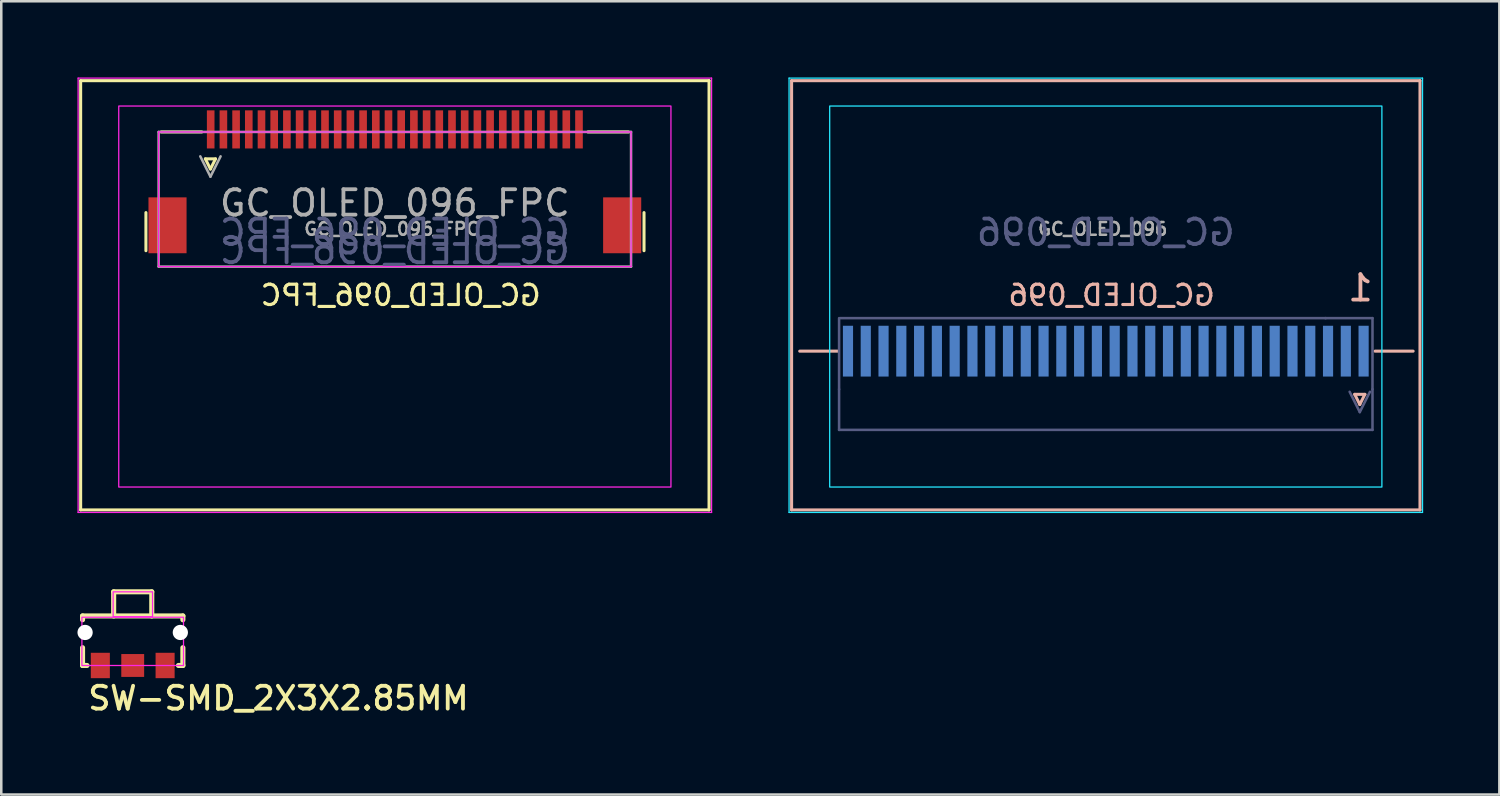
<source format=kicad_pcb>
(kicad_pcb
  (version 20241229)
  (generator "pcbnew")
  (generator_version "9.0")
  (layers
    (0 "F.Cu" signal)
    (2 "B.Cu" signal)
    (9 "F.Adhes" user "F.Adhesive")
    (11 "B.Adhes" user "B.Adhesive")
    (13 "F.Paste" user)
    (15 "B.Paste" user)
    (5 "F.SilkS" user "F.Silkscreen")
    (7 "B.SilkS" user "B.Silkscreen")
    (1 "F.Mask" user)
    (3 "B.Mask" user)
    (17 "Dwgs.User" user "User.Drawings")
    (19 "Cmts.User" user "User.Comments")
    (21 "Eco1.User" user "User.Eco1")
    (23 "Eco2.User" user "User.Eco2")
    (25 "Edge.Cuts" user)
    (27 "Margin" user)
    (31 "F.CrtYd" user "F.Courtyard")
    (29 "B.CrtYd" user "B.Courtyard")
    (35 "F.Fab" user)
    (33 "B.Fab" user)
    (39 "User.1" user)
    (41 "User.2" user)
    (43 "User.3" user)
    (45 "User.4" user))
  (footprint "GC_OLED_096_FPC"
    (layer "F.Cu")
    (at 12.495 5.475)
    (property "Reference" "GC_OLED_096_FPC" (at 0.23 3.1 0) (unlocked yes) (layer "F.SilkS") (effects (font (size 0.8 0.8) (thickness 0.125)) (justify mirror)))
    (attr smd)
    (fp_line (start -12.37 -5.35) (end -12.37 11.55) (stroke (width 0.12) (type solid)) (layer "F.SilkS"))
    (fp_line (start -12.37 -5.35) (end 12.37 -5.35) (stroke (width 0.12) (type solid)) (layer "F.SilkS"))
    (fp_line (start -12.37 11.55) (end 12.37 11.55) (stroke (width 0.12) (type solid)) (layer "F.SilkS"))
    (fp_line (start -9.8 1.345) (end -9.8 -0.155) (stroke (width 0.12) (type solid)) (layer "F.SilkS"))
    (fp_line (start -9.2 -3.33) (end -7.6 -3.33) (stroke (width 0.12) (type default)) (layer "F.SilkS"))
    (fp_line (start -7.46 -2.27) (end -7.06 -2.27) (stroke (width 0.12) (type solid)) (layer "F.SilkS"))
    (fp_line (start -7.26 -1.87) (end -7.46 -2.27) (stroke (width 0.12) (type solid)) (layer "F.SilkS"))
    (fp_line (start -7.06 -2.27) (end -7.26 -1.87) (stroke (width 0.12) (type solid)) (layer "F.SilkS"))
    (fp_line (start 9.2 -3.33) (end 7.6 -3.33) (stroke (width 0.12) (type default)) (layer "F.SilkS"))
    (fp_line (start 9.81 1.345) (end 9.81 -0.155) (stroke (width 0.12) (type solid)) (layer "F.SilkS"))
    (fp_line (start 12.37 -5.35) (end 12.37 11.55) (stroke (width 0.12) (type solid)) (layer "F.SilkS"))
    (fp_line (start -12.47 -5.45) (end 12.47 -5.45) (stroke (width 0.05) (type solid)) (layer "F.CrtYd"))
    (fp_line (start -12.47 11.65) (end -12.47 -5.45) (stroke (width 0.05) (type solid)) (layer "F.CrtYd"))
    (fp_line (start -9.3 -3.33) (end 9.3 -3.33) (stroke (width 0.05) (type solid)) (layer "F.CrtYd"))
    (fp_line (start -9.3 1.97) (end -9.3 -3.33) (stroke (width 0.05) (type solid)) (layer "F.CrtYd"))
    (fp_line (start 9.3 -3.33) (end 9.3 1.97) (stroke (width 0.05) (type solid)) (layer "F.CrtYd"))
    (fp_line (start 9.3 1.97) (end -9.3 1.97) (stroke (width 0.05) (type solid)) (layer "F.CrtYd"))
    (fp_line (start 12.47 -5.45) (end 12.47 11.65) (stroke (width 0.05) (type solid)) (layer "F.CrtYd"))
    (fp_line (start 12.47 11.65) (end -12.47 11.65) (stroke (width 0.05) (type solid)) (layer "F.CrtYd"))
    (fp_rect (start -10.87 -4.35) (end 10.87 10.65) (stroke (width 0.05) (type default)) (fill no) (layer "F.CrtYd"))
    (fp_line (start -9.3 -3.33) (end -9.3 1.97) (stroke (width 0.1) (type solid)) (layer "F.Fab"))
    (fp_line (start -9.3 1.97) (end 9.3 1.97) (stroke (width 0.1) (type solid)) (layer "F.Fab"))
    (fp_line (start -7.26 -1.57) (end -7.66 -2.37) (stroke (width 0.1) (type solid)) (layer "F.Fab"))
    (fp_line (start -6.86 -2.37) (end -7.26 -1.57) (stroke (width 0.1) (type solid)) (layer "F.Fab"))
    (fp_line (start 9.3 -3.33) (end -9.3 -3.33) (stroke (width 0.1) (type solid)) (layer "F.Fab"))
    (fp_line (start 9.3 1.97) (end 9.3 -3.33) (stroke (width 0.1) (type solid)) (layer "F.Fab"))
    (fp_circle (center 0 -3.33) (end 0.5 -3.33) (stroke (width 0.1) (type default)) (fill no) (layer "User.2"))
    (fp_text user "${REFERENCE}" (at 0 1.345 0) (unlocked yes) (layer "B.Fab") (effects (font (size 1 1) (thickness 0.15)) (justify mirror)))
    (fp_text user "${REFERENCE}" (at 0 0.625 180) (layer "B.Fab") (effects (font (size 1 1) (thickness 0.15)) (justify mirror)))
    (fp_text user "${REFERENCE}" (at 0 -0.53 0) (layer "F.Fab") (effects (font (size 1 1) (thickness 0.15))))
    (fp_text user "${REFERENCE}" (at -0.12 0.49 0) (unlocked yes) (layer "F.Fab") (effects (font (size 0.5 0.5) (thickness 0.1) (bold yes))))
    (pad "1" smd rect (at -7.25 -3.43 180) (size 0.3 1.5) (layers "F.Cu" "F.Mask" "F.Paste"))
    (pad "2" smd rect (at -6.75 -3.43 180) (size 0.3 1.5) (layers "F.Cu" "F.Mask" "F.Paste"))
    (pad "3" smd rect (at -6.25 -3.43 180) (size 0.3 1.5) (layers "F.Cu" "F.Mask" "F.Paste"))
    (pad "4" smd rect (at -5.75 -3.43 180) (size 0.3 1.5) (layers "F.Cu" "F.Mask" "F.Paste"))
    (pad "5" smd rect (at -5.25 -3.43 180) (size 0.3 1.5) (layers "F.Cu" "F.Mask" "F.Paste"))
    (pad "6" smd rect (at -4.75 -3.43 180) (size 0.3 1.5) (layers "F.Cu" "F.Mask" "F.Paste"))
    (pad "7" smd rect (at -4.25 -3.43 180) (size 0.3 1.5) (layers "F.Cu" "F.Mask" "F.Paste"))
    (pad "8" smd rect (at -3.75 -3.43 180) (size 0.3 1.5) (layers "F.Cu" "F.Mask" "F.Paste"))
    (pad "9" smd rect (at -3.25 -3.43 180) (size 0.3 1.5) (layers "F.Cu" "F.Mask" "F.Paste"))
    (pad "10" smd rect (at -2.75 -3.43 180) (size 0.3 1.5) (layers "F.Cu" "F.Mask" "F.Paste"))
    (pad "11" smd rect (at -2.25 -3.43 180) (size 0.3 1.5) (layers "F.Cu" "F.Mask" "F.Paste"))
    (pad "12" smd rect (at -1.75 -3.43 180) (size 0.3 1.5) (layers "F.Cu" "F.Mask" "F.Paste"))
    (pad "13" smd rect (at -1.25 -3.43 180) (size 0.3 1.5) (layers "F.Cu" "F.Mask" "F.Paste"))
    (pad "14" smd rect (at -0.75 -3.43 180) (size 0.3 1.5) (layers "F.Cu" "F.Mask" "F.Paste"))
    (pad "15" smd rect (at -0.25 -3.43 180) (size 0.3 1.5) (layers "F.Cu" "F.Mask" "F.Paste"))
    (pad "16" smd rect (at 0.25 -3.43 180) (size 0.3 1.5) (layers "F.Cu" "F.Mask" "F.Paste"))
    (pad "17" smd rect (at 0.75 -3.43 180) (size 0.3 1.5) (layers "F.Cu" "F.Mask" "F.Paste"))
    (pad "18" smd rect (at 1.25 -3.43 180) (size 0.3 1.5) (layers "F.Cu" "F.Mask" "F.Paste"))
    (pad "19" smd rect (at 1.75 -3.43 180) (size 0.3 1.5) (layers "F.Cu" "F.Mask" "F.Paste"))
    (pad "20" smd rect (at 2.25 -3.43 180) (size 0.3 1.5) (layers "F.Cu" "F.Mask" "F.Paste"))
    (pad "21" smd rect (at 2.75 -3.43 180) (size 0.3 1.5) (layers "F.Cu" "F.Mask" "F.Paste"))
    (pad "22" smd rect (at 3.25 -3.43 180) (size 0.3 1.5) (layers "F.Cu" "F.Mask" "F.Paste"))
    (pad "23" smd rect (at 3.75 -3.43 180) (size 0.3 1.5) (layers "F.Cu" "F.Mask" "F.Paste"))
    (pad "24" smd rect (at 4.25 -3.43 180) (size 0.3 1.5) (layers "F.Cu" "F.Mask" "F.Paste"))
    (pad "25" smd rect (at 4.75 -3.43 180) (size 0.3 1.5) (layers "F.Cu" "F.Mask" "F.Paste"))
    (pad "26" smd rect (at 5.25 -3.43 180) (size 0.3 1.5) (layers "F.Cu" "F.Mask" "F.Paste"))
    (pad "27" smd rect (at 5.75 -3.43 180) (size 0.3 1.5) (layers "F.Cu" "F.Mask" "F.Paste"))
    (pad "28" smd rect (at 6.25 -3.43 180) (size 0.3 1.5) (layers "F.Cu" "F.Mask" "F.Paste"))
    (pad "29" smd rect (at 6.75 -3.43 180) (size 0.3 1.5) (layers "F.Cu" "F.Mask" "F.Paste"))
    (pad "30" smd rect (at 7.25 -3.43 180) (size 0.3 1.5) (layers "F.Cu" "F.Mask" "F.Paste"))
    (pad "MP" smd rect (at -8.95 0.345 180) (size 1.5 2.2) (layers "F.Cu" "F.Mask" "F.Paste"))
    (pad "MP" smd rect (at 8.95 0.345 180) (size 1.5 2.2) (layers "F.Cu" "F.Mask" "F.Paste")))
  (footprint "SW-SMD_2X3X2.85MM"
    (layer "F.Cu")
    (at 2.175 21.85)
    (property "Reference" "SW-SMD_2X3X2.85MM" (at -1.84 2.59 0) (layer "F.SilkS") (effects (font (size 0.9 0.9) (thickness 0.15)) (justify left)))
    (attr through_hole)
    (fp_line (start -1.975 -0.65) (end -1.975 -0.5) (stroke (width 0.2) (type default)) (layer "F.SilkS"))
    (fp_line (start -1.975 -0.65) (end 1.975 -0.65) (stroke (width 0.2) (type solid)) (layer "F.SilkS"))
    (fp_line (start -1.975 1.3) (end -1.975 0.6) (stroke (width 0.2) (type default)) (layer "F.SilkS"))
    (fp_line (start -1.975 1.3) (end -1.8 1.3) (stroke (width 0.2) (type solid)) (layer "F.SilkS"))
    (fp_line (start -0.75 -1.6) (end 0.75 -1.6) (stroke (width 0.2) (type solid)) (layer "F.SilkS"))
    (fp_line (start -0.75 -0.65) (end -0.75 -1.6) (stroke (width 0.2) (type solid)) (layer "F.SilkS"))
    (fp_line (start 0.75 -1.6) (end 0.75 -0.65) (stroke (width 0.2) (type solid)) (layer "F.SilkS"))
    (fp_line (start 1.8 1.3) (end 1.975 1.3) (stroke (width 0.2) (type solid)) (layer "F.SilkS"))
    (fp_line (start 1.975 -0.65) (end 1.975 -0.5) (stroke (width 0.2) (type default)) (layer "F.SilkS"))
    (fp_line (start 1.975 1.3) (end 1.975 0.6) (stroke (width 0.2) (type default)) (layer "F.SilkS"))
    (fp_rect (start -2 -0.6) (end 2 1.3) (stroke (width 0.05) (type default)) (fill no) (layer "F.CrtYd"))
    (fp_rect (start -0.77 -1.6) (end 0.78 -0.62) (stroke (width 0.05) (type default)) (fill no) (layer "F.CrtYd"))
    (pad "" np_thru_hole circle (at -1.875 0) (size 0.6 0.6) (drill 0.6) (layers "*.Cu" "*.Mask"))
    (pad "" np_thru_hole circle (at 1.875 0) (size 0.6 0.6) (drill 0.6) (layers "*.Cu" "*.Mask"))
    (pad "1" smd rect (at -1.275 1.3 180) (size 0.75 1) (layers "F.Cu" "F.Mask" "F.Paste"))
    (pad "2" smd rect (at 1.275 1.3 180) (size 0.75 1) (layers "F.Cu" "F.Mask" "F.Paste"))
    (pad "3" smd rect (at 0 1.3 180) (size 0.9 0.9) (layers "F.Cu" "F.Mask" "F.Paste")))
  (footprint "GC_OLED_096"
    (layer "F.Cu")
    (at 40.485 5.475)
    (property "Reference" "GC_OLED_096" (at 0.23 3.1 0) (unlocked yes) (layer "B.SilkS") (effects (font (size 0.8 0.8) (thickness 0.125)) (justify mirror)))
    (attr smd)
    (fp_line (start -12.37 -5.35) (end -12.37 11.55) (stroke (width 0.12) (type solid)) (layer "B.SilkS"))
    (fp_line (start -12.37 -5.35) (end 12.37 -5.35) (stroke (width 0.12) (type solid)) (layer "B.SilkS"))
    (fp_line (start -12.37 11.55) (end 12.37 11.55) (stroke (width 0.12) (type solid)) (layer "B.SilkS"))
    (fp_line (start -12.05 5.3) (end -10.55 5.3) (stroke (width 0.12) (type default)) (layer "B.SilkS"))
    (fp_line (start 9.8 7) (end 10.2 7) (stroke (width 0.12) (type solid)) (layer "B.SilkS"))
    (fp_line (start 10 7.4) (end 9.8 7) (stroke (width 0.12) (type solid)) (layer "B.SilkS"))
    (fp_line (start 10.2 7) (end 10 7.4) (stroke (width 0.12) (type solid)) (layer "B.SilkS"))
    (fp_line (start 10.6 5.3) (end 12.1 5.3) (stroke (width 0.12) (type default)) (layer "B.SilkS"))
    (fp_line (start 12.37 -5.35) (end 12.37 11.55) (stroke (width 0.12) (type solid)) (layer "B.SilkS"))
    (fp_circle (center 10.15 5.3) (end 10.65 5.3) (stroke (width 0.1) (type default)) (fill no) (layer "Eco1.User"))
    (fp_line (start -12.47 -5.45) (end 12.47 -5.45) (stroke (width 0.05) (type solid)) (layer "B.CrtYd"))
    (fp_line (start -12.47 11.65) (end -12.47 -5.45) (stroke (width 0.05) (type solid)) (layer "B.CrtYd"))
    (fp_line (start 12.47 -5.45) (end 12.47 11.65) (stroke (width 0.05) (type solid)) (layer "B.CrtYd"))
    (fp_line (start 12.47 11.65) (end -12.47 11.65) (stroke (width 0.05) (type solid)) (layer "B.CrtYd"))
    (fp_rect (start -10.87 -4.35) (end 10.87 10.65) (stroke (width 0.05) (type default)) (fill no) (layer "B.CrtYd"))
    (fp_line (start -10.5 4) (end -10.5 6.8) (stroke (width 0.1) (type solid)) (layer "B.Fab"))
    (fp_line (start -10.5 6.8) (end -10.5 8.4) (stroke (width 0.1) (type solid)) (layer "B.Fab"))
    (fp_line (start -10.5 8.4) (end 10.5 8.4) (stroke (width 0.1) (type solid)) (layer "B.Fab"))
    (fp_line (start 8.66 4) (end -10.46 4) (stroke (width 0.1) (type solid)) (layer "B.Fab"))
    (fp_line (start 10 7.7) (end 9.6 6.9) (stroke (width 0.1) (type solid)) (layer "B.Fab"))
    (fp_line (start 10.4 6.9) (end 10 7.7) (stroke (width 0.1) (type solid)) (layer "B.Fab"))
    (fp_line (start 10.5 4) (end 8.645 4) (stroke (width 0.1) (type solid)) (layer "B.Fab"))
    (fp_line (start 10.5 6.8) (end 10.5 4) (stroke (width 0.1) (type solid)) (layer "B.Fab"))
    (fp_line (start 10.5 8.4) (end 10.5 6.8) (stroke (width 0.1) (type solid)) (layer "B.Fab"))
    (fp_text user "1" (at 10.6 3.4 0) (unlocked yes) (layer "B.SilkS") (effects (font (size 1 1) (thickness 0.15)) (justify left bottom mirror)))
    (fp_text user "${REFERENCE}" (at 0 0.625 180) (layer "B.Fab") (effects (font (size 1 1) (thickness 0.15)) (justify mirror)))
    (fp_text user "${REFERENCE}" (at -0.12 0.49 0) (unlocked yes) (layer "F.Fab") (effects (font (size 0.5 0.5) (thickness 0.1) (bold yes))))
    (pad "1" smd rect (at 10.15 5.3 180) (size 0.4 2) (layers "B.Cu" "B.Mask" "B.Paste"))
    (pad "2" smd rect (at 9.45 5.3 180) (size 0.4 2) (layers "B.Cu" "B.Mask" "B.Paste"))
    (pad "3" smd rect (at 8.75 5.3 180) (size 0.4 2) (layers "B.Cu" "B.Mask" "B.Paste"))
    (pad "4" smd rect (at 8.05 5.3 180) (size 0.4 2) (layers "B.Cu" "B.Mask" "B.Paste"))
    (pad "5" smd rect (at 7.35 5.3 180) (size 0.4 2) (layers "B.Cu" "B.Mask" "B.Paste"))
    (pad "6" smd rect (at 6.65 5.3 180) (size 0.4 2) (layers "B.Cu" "B.Mask" "B.Paste"))
    (pad "7" smd rect (at 5.95 5.3 180) (size 0.4 2) (layers "B.Cu" "B.Mask" "B.Paste"))
    (pad "8" smd rect (at 5.25 5.3 180) (size 0.4 2) (layers "B.Cu" "B.Mask" "B.Paste"))
    (pad "9" smd rect (at 4.55 5.3 180) (size 0.4 2) (layers "B.Cu" "B.Mask" "B.Paste"))
    (pad "10" smd rect (at 3.85 5.3 180) (size 0.4 2) (layers "B.Cu" "B.Mask" "B.Paste"))
    (pad "11" smd rect (at 3.15 5.3 180) (size 0.4 2) (layers "B.Cu" "B.Mask" "B.Paste"))
    (pad "12" smd rect (at 2.45 5.3 180) (size 0.4 2) (layers "B.Cu" "B.Mask" "B.Paste"))
    (pad "13" smd rect (at 1.75 5.3 180) (size 0.4 2) (layers "B.Cu" "B.Mask" "B.Paste"))
    (pad "14" smd rect (at 1.05 5.3 180) (size 0.4 2) (layers "B.Cu" "B.Mask" "B.Paste"))
    (pad "15" smd rect (at 0.35 5.3 180) (size 0.4 2) (layers "B.Cu" "B.Mask" "B.Paste"))
    (pad "16" smd rect (at -0.35 5.3 180) (size 0.4 2) (layers "B.Cu" "B.Mask" "B.Paste"))
    (pad "17" smd rect (at -1.05 5.3 180) (size 0.4 2) (layers "B.Cu" "B.Mask" "B.Paste"))
    (pad "18" smd rect (at -1.75 5.3 180) (size 0.4 2) (layers "B.Cu" "B.Mask" "B.Paste"))
    (pad "19" smd rect (at -2.45 5.3 180) (size 0.4 2) (layers "B.Cu" "B.Mask" "B.Paste"))
    (pad "20" smd rect (at -3.15 5.3 180) (size 0.4 2) (layers "B.Cu" "B.Mask" "B.Paste"))
    (pad "21" smd rect (at -3.85 5.3 180) (size 0.4 2) (layers "B.Cu" "B.Mask" "B.Paste"))
    (pad "22" smd rect (at -4.55 5.3 180) (size 0.4 2) (layers "B.Cu" "B.Mask" "B.Paste"))
    (pad "23" smd rect (at -5.25 5.3 180) (size 0.4 2) (layers "B.Cu" "B.Mask" "B.Paste"))
    (pad "24" smd rect (at -5.95 5.3 180) (size 0.4 2) (layers "B.Cu" "B.Mask" "B.Paste"))
    (pad "25" smd rect (at -6.65 5.3 180) (size 0.4 2) (layers "B.Cu" "B.Mask" "B.Paste"))
    (pad "26" smd rect (at -7.35 5.3 180) (size 0.4 2) (layers "B.Cu" "B.Mask" "B.Paste"))
    (pad "27" smd rect (at -8.05 5.3 180) (size 0.4 2) (layers "B.Cu" "B.Mask" "B.Paste"))
    (pad "28" smd rect (at -8.75 5.3 180) (size 0.4 2) (layers "B.Cu" "B.Mask" "B.Paste"))
    (pad "29" smd rect (at -9.45 5.3 180) (size 0.4 2) (layers "B.Cu" "B.Mask" "B.Paste"))
    (pad "30" smd rect (at -10.15 5.3 180) (size 0.4 2) (layers "B.Cu" "B.Mask" "B.Paste")))
  (gr_rect
    (start -3 -3)
    (end 55.98 28.23)
    (stroke (width 0.1) (type default))
    (fill no)
    (layer "Edge.Cuts")))
</source>
